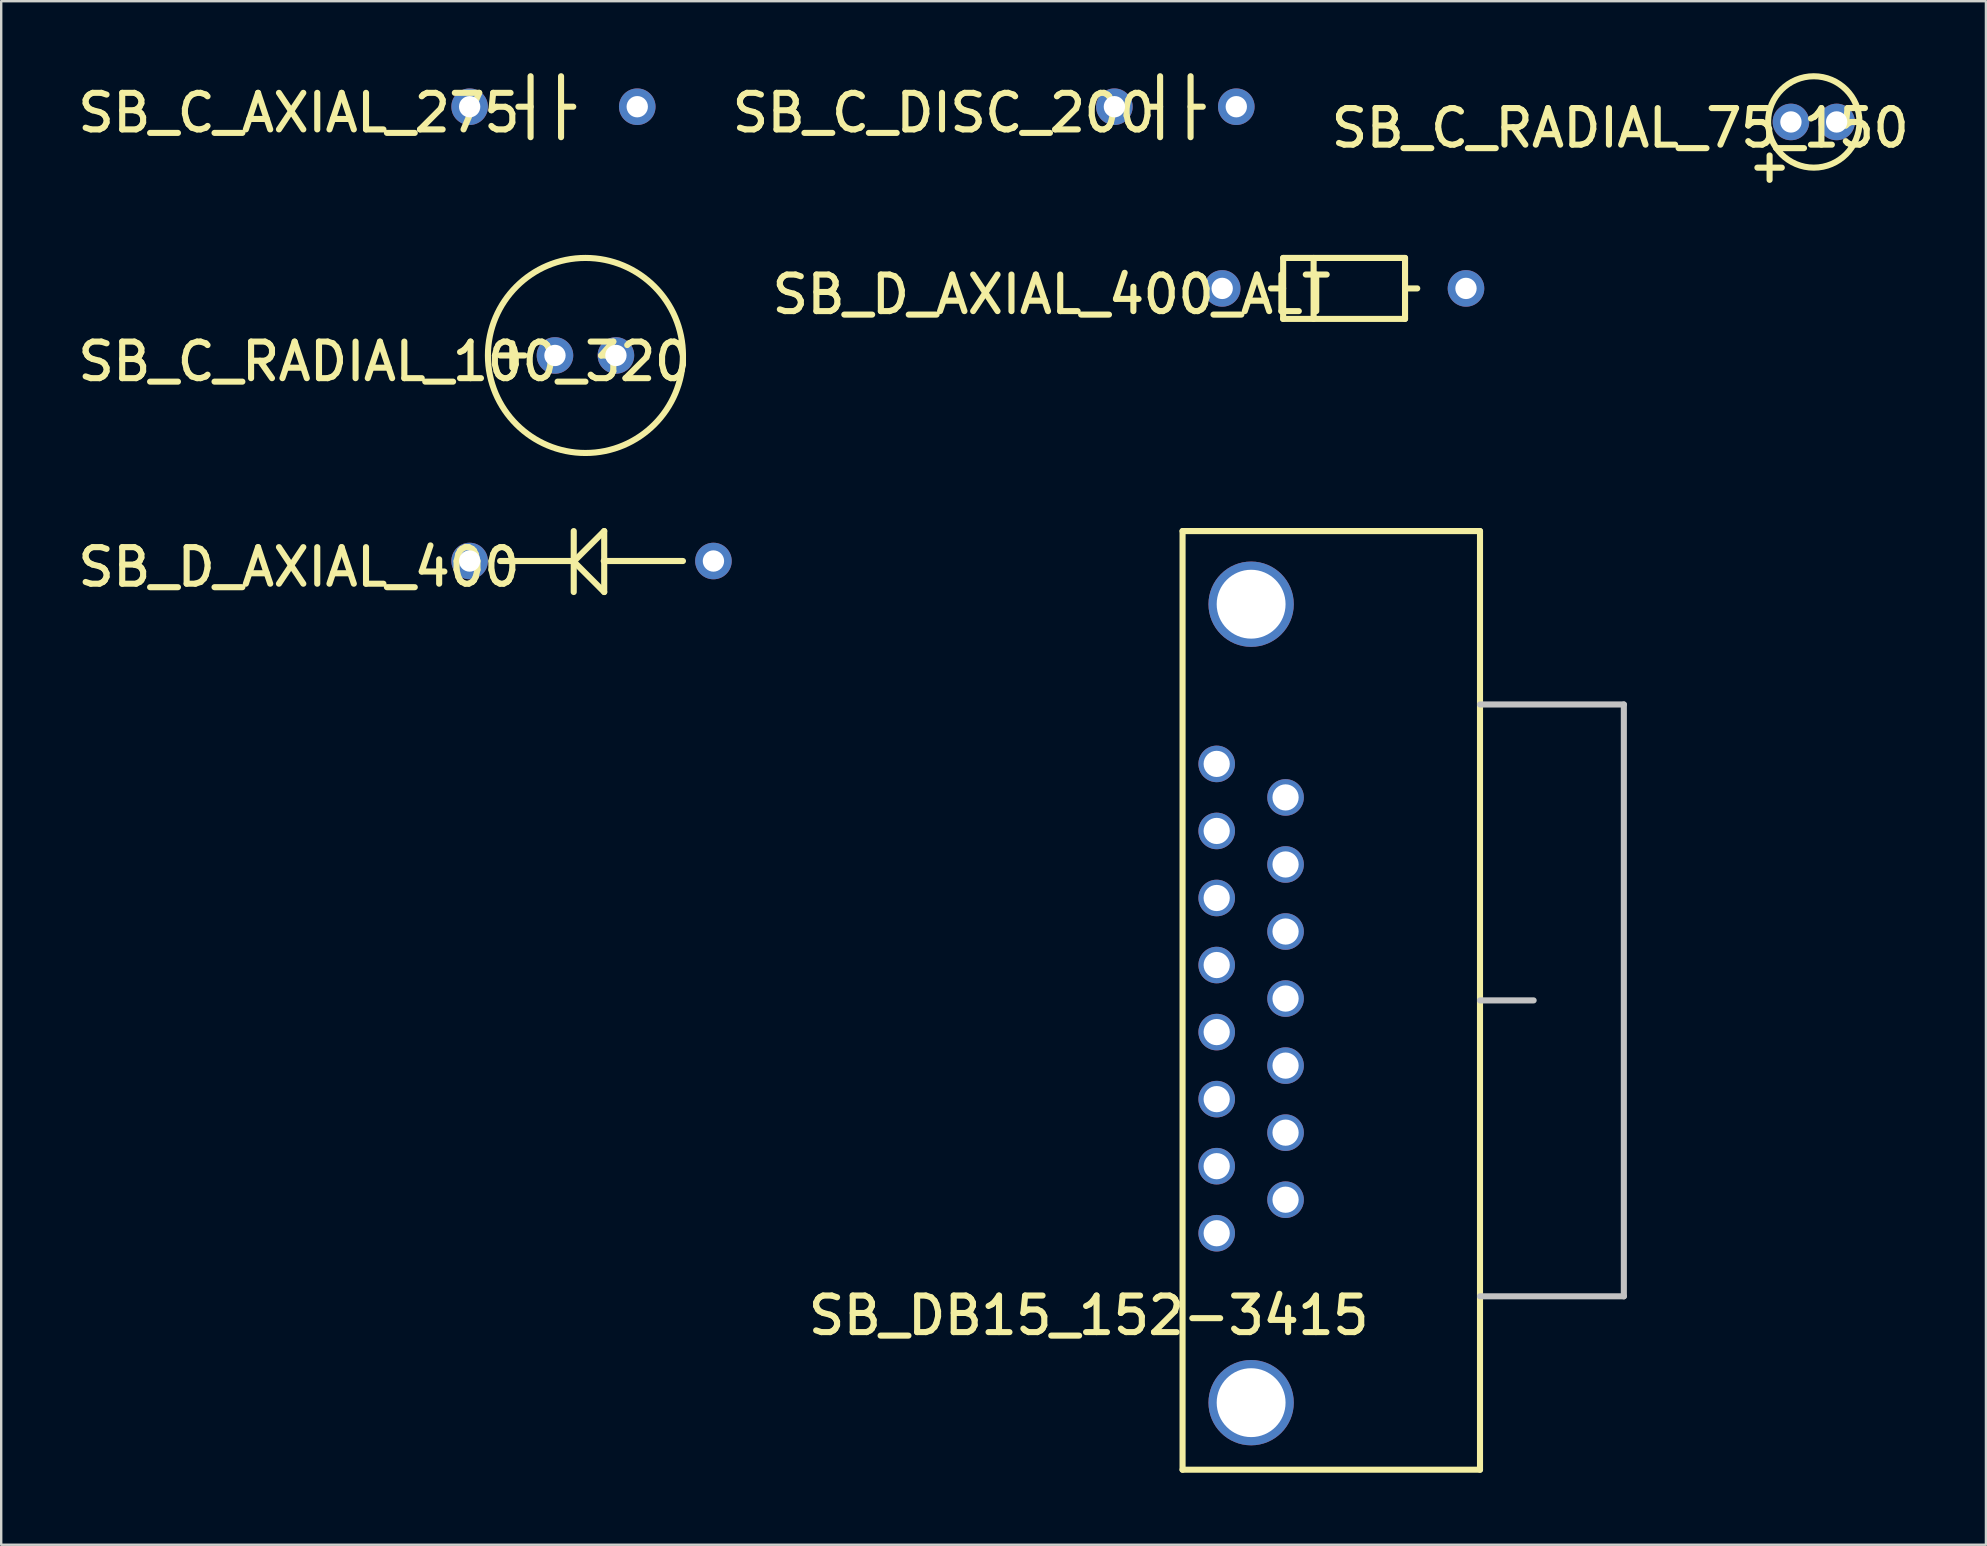
<source format=kicad_pcb>
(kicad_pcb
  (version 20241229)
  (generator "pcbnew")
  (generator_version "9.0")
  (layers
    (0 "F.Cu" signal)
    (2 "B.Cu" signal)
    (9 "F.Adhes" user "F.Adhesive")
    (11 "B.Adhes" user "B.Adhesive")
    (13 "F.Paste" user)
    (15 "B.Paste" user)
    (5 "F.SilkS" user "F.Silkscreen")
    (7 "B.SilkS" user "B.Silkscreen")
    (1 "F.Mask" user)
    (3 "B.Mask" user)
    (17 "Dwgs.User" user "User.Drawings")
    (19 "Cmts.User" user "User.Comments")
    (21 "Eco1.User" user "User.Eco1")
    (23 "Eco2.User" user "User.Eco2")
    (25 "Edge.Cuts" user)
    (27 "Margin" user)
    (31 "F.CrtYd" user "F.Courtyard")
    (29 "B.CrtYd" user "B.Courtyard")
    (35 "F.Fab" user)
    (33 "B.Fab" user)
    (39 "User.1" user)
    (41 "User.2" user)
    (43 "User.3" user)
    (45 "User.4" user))
  (footprint "SB_DB15_152-3415"
    (layer "F.Cu")
    (at 47.653 48.342)
    (property "Reference" "SB_DB15_152-3415" (at -5.334 3.429 0) (layer "F.SilkS") (effects (font (size 1.524 1.524) (thickness 0.254))))
    (attr through_hole)
    (fp_line (start -1.422 -29.261) (end 10.973 -29.261) (stroke (width 0.254) (type solid)) (layer "F.SilkS"))
    (fp_line (start -1.422 9.855) (end -1.422 -29.261) (stroke (width 0.254) (type solid)) (layer "F.SilkS"))
    (fp_line (start -1.422 9.855) (end 10.973 9.855) (stroke (width 0.254) (type solid)) (layer "F.SilkS"))
    (fp_line (start 10.973 9.855) (end 10.973 -29.261) (stroke (width 0.254) (type solid)) (layer "F.SilkS"))
    (fp_line (start 10.973 -22.035) (end 16.967 -22.035) (stroke (width 0.254) (type solid)) (layer "Dwgs.User"))
    (fp_line (start 10.973 -9.703) (end 13.208 -9.703) (stroke (width 0.254) (type solid)) (layer "Dwgs.User"))
    (fp_line (start 10.973 2.629) (end 16.967 2.629) (stroke (width 0.254) (type solid)) (layer "Dwgs.User"))
    (fp_line (start 16.967 -22.035) (end 16.967 2.629) (stroke (width 0.254) (type solid)) (layer "Dwgs.User"))
    (pad "0" thru_hole circle (at 1.435 -26.213 270) (size 3.556 3.556) (drill 2.87) (layers "*.Cu" "*.Mask"))
    (pad "0" thru_hole circle (at 1.435 7.061 270) (size 3.556 3.556) (drill 2.87) (layers "*.Cu" "*.Mask"))
    (pad "1" thru_hole circle (at 0 -19.558 270) (size 1.524 1.524) (drill 1.092) (layers "*.Cu" "*.Mask"))
    (pad "2" thru_hole circle (at 0 -16.764 270) (size 1.524 1.524) (drill 1.092) (layers "*.Cu" "*.Mask"))
    (pad "3" thru_hole circle (at 0 -13.97 270) (size 1.524 1.524) (drill 1.092) (layers "*.Cu" "*.Mask"))
    (pad "4" thru_hole circle (at 0 -11.176 270) (size 1.524 1.524) (drill 1.092) (layers "*.Cu" "*.Mask"))
    (pad "5" thru_hole circle (at 0 -8.382 270) (size 1.524 1.524) (drill 1.092) (layers "*.Cu" "*.Mask"))
    (pad "6" thru_hole circle (at 0 -5.588 270) (size 1.524 1.524) (drill 1.092) (layers "*.Cu" "*.Mask"))
    (pad "7" thru_hole circle (at 0 -2.794 270) (size 1.524 1.524) (drill 1.092) (layers "*.Cu" "*.Mask"))
    (pad "8" thru_hole circle (at 0 0 270) (size 1.524 1.524) (drill 1.092) (layers "*.Cu" "*.Mask"))
    (pad "9" thru_hole circle (at 2.87 -18.161 270) (size 1.524 1.524) (drill 1.092) (layers "*.Cu" "*.Mask"))
    (pad "10" thru_hole circle (at 2.87 -15.367 270) (size 1.524 1.524) (drill 1.092) (layers "*.Cu" "*.Mask"))
    (pad "11" thru_hole circle (at 2.87 -12.573 270) (size 1.524 1.524) (drill 1.092) (layers "*.Cu" "*.Mask"))
    (pad "12" thru_hole circle (at 2.87 -9.779 270) (size 1.524 1.524) (drill 1.092) (layers "*.Cu" "*.Mask"))
    (pad "13" thru_hole circle (at 2.87 -6.985 270) (size 1.524 1.524) (drill 1.092) (layers "*.Cu" "*.Mask"))
    (pad "14" thru_hole circle (at 2.87 -4.191 270) (size 1.524 1.524) (drill 1.092) (layers "*.Cu" "*.Mask"))
    (pad "15" thru_hole circle (at 2.87 -1.397 270) (size 1.524 1.524) (drill 1.092) (layers "*.Cu" "*.Mask")))
  (footprint "SB_D_AXIAL_400"
    (layer "F.Cu")
    (at 16.521 20.329)
    (property "Reference" "SB_D_AXIAL_400" (at -7.112 0.254 0) (layer "F.SilkS") (effects (font (size 1.524 1.524) (thickness 0.254))))
    (attr through_hole)
    (fp_line (start 4.318 0) (end 1.27 0) (stroke (width 0.254) (type solid)) (layer "F.SilkS"))
    (fp_line (start 4.338 0.022) (end 5.608 -1.248) (stroke (width 0.254) (type solid)) (layer "F.SilkS"))
    (fp_line (start 4.338 1.292) (end 4.338 -1.248) (stroke (width 0.254) (type solid)) (layer "F.SilkS"))
    (fp_line (start 5.588 0) (end 8.89 0) (stroke (width 0.254) (type solid)) (layer "F.SilkS"))
    (fp_line (start 5.608 1.292) (end 4.338 0.022) (stroke (width 0.254) (type solid)) (layer "F.SilkS"))
    (fp_line (start 5.608 1.292) (end 5.608 -1.248) (stroke (width 0.254) (type solid)) (layer "F.SilkS"))
    (pad "1" thru_hole circle (at 0 0 270) (size 1.524 1.524) (drill 0.889) (layers "*.Cu" "*.Mask"))
    (pad "2" thru_hole circle (at 10.16 0 270) (size 1.524 1.524) (drill 0.889) (layers "*.Cu" "*.Mask")))
  (footprint "SB_C_RADIAL_75_150"
    (layer "F.Cu")
    (at 71.583 2.032)
    (property "Reference" "SB_C_RADIAL_75_150" (at -7.112 0.254 0) (layer "F.SilkS") (effects (font (size 1.524 1.524) (thickness 0.254))))
    (attr through_hole)
    (fp_line (start -1.397 1.905) (end -0.381 1.905) (stroke (width 0.254) (type solid)) (layer "F.SilkS"))
    (fp_line (start -0.889 1.397) (end -0.889 2.413) (stroke (width 0.254) (type solid)) (layer "F.SilkS"))
    (fp_circle (center 0.953 0) (end 2.857 0) (stroke (width 0.254) (type solid)) (fill no) (layer "F.SilkS"))
    (pad "1" thru_hole circle (at 0 0 270) (size 1.524 1.524) (drill 0.889) (layers "*.Cu" "*.Mask"))
    (pad "2" thru_hole circle (at 1.905 0 270) (size 1.524 1.524) (drill 0.889) (layers "*.Cu" "*.Mask")))
  (footprint "SB_C_AXIAL_275"
    (layer "F.Cu")
    (at 16.521 1.397)
    (property "Reference" "SB_C_AXIAL_275" (at -7.112 0.254 0) (layer "F.SilkS") (effects (font (size 1.524 1.524) (thickness 0.254))))
    (attr through_hole)
    (fp_line (start 2.54 -1.27) (end 2.54 1.27) (stroke (width 0.254) (type solid)) (layer "F.SilkS"))
    (fp_line (start 2.54 0) (end 2.032 0) (stroke (width 0.254) (type solid)) (layer "F.SilkS"))
    (fp_line (start 3.81 0) (end 4.318 0) (stroke (width 0.254) (type solid)) (layer "F.SilkS"))
    (fp_line (start 3.81 1.27) (end 3.81 -1.27) (stroke (width 0.254) (type solid)) (layer "F.SilkS"))
    (pad "1" thru_hole circle (at 0 0 270) (size 1.524 1.524) (drill 0.889) (layers "*.Cu" "*.Mask"))
    (pad "2" thru_hole circle (at 6.985 0 270) (size 1.524 1.524) (drill 0.889) (layers "*.Cu" "*.Mask")))
  (footprint "SB_D_AXIAL_400_ALT"
    (layer "F.Cu")
    (at 47.882 8.969)
    (property "Reference" "SB_D_AXIAL_400_ALT" (at -7.112 0.254 0) (layer "F.SilkS") (effects (font (size 1.524 1.524) (thickness 0.254))))
    (attr through_hole)
    (fp_line (start 2.54 -1.27) (end 2.54 1.27) (stroke (width 0.254) (type solid)) (layer "F.SilkS"))
    (fp_line (start 2.54 -1.27) (end 7.62 -1.27) (stroke (width 0.254) (type solid)) (layer "F.SilkS"))
    (fp_line (start 2.54 0) (end 2.032 0) (stroke (width 0.254) (type solid)) (layer "F.SilkS"))
    (fp_line (start 2.54 1.27) (end 7.62 1.27) (stroke (width 0.254) (type solid)) (layer "F.SilkS"))
    (fp_line (start 3.81 -1.27) (end 3.81 1.27) (stroke (width 0.254) (type solid)) (layer "F.SilkS"))
    (fp_line (start 7.62 0) (end 8.128 0) (stroke (width 0.254) (type solid)) (layer "F.SilkS"))
    (fp_line (start 7.62 1.27) (end 7.62 -1.27) (stroke (width 0.254) (type solid)) (layer "F.SilkS"))
    (pad "1" thru_hole circle (at 0 0 270) (size 1.524 1.524) (drill 0.889) (layers "*.Cu" "*.Mask"))
    (pad "2" thru_hole circle (at 10.16 0 270) (size 1.524 1.524) (drill 0.889) (layers "*.Cu" "*.Mask")))
  (footprint "SB_C_RADIAL_100_320"
    (layer "F.Cu")
    (at 20.077 11.763)
    (property "Reference" "SB_C_RADIAL_100_320" (at -7.112 0.254 0) (layer "F.SilkS") (effects (font (size 1.524 1.524) (thickness 0.254))))
    (attr through_hole)
    (fp_line (start -2.286 0) (end -1.27 0) (stroke (width 0.254) (type solid)) (layer "F.SilkS"))
    (fp_line (start -1.778 -0.508) (end -1.778 0.508) (stroke (width 0.254) (type solid)) (layer "F.SilkS"))
    (fp_circle (center 1.27 0) (end 5.334 0) (stroke (width 0.254) (type solid)) (fill no) (layer "F.SilkS"))
    (pad "1" thru_hole circle (at 0 0 270) (size 1.524 1.524) (drill 0.889) (layers "*.Cu" "*.Mask"))
    (pad "2" thru_hole circle (at 2.54 0 270) (size 1.524 1.524) (drill 0.889) (layers "*.Cu" "*.Mask")))
  (footprint "SB_C_DISC_200"
    (layer "F.Cu")
    (at 43.39 1.397)
    (property "Reference" "SB_C_DISC_200" (at -7.112 0.254 0) (layer "F.SilkS") (effects (font (size 1.524 1.524) (thickness 0.254))))
    (attr through_hole)
    (fp_line (start 1.905 -1.27) (end 1.905 1.27) (stroke (width 0.254) (type solid)) (layer "F.SilkS"))
    (fp_line (start 1.905 0) (end 1.397 0) (stroke (width 0.254) (type solid)) (layer "F.SilkS"))
    (fp_line (start 3.175 0) (end 3.683 0) (stroke (width 0.254) (type solid)) (layer "F.SilkS"))
    (fp_line (start 3.175 1.27) (end 3.175 -1.27) (stroke (width 0.254) (type solid)) (layer "F.SilkS"))
    (pad "1" thru_hole circle (at 0 0 270) (size 1.524 1.524) (drill 0.889) (layers "*.Cu" "*.Mask"))
    (pad "2" thru_hole circle (at 5.08 0 270) (size 1.524 1.524) (drill 0.889) (layers "*.Cu" "*.Mask")))
  (gr_rect
    (start -3 -3)
    (end 79.71 61.324)
    (stroke (width 0.1) (type default))
    (fill no)
    (layer "Edge.Cuts")))
</source>
